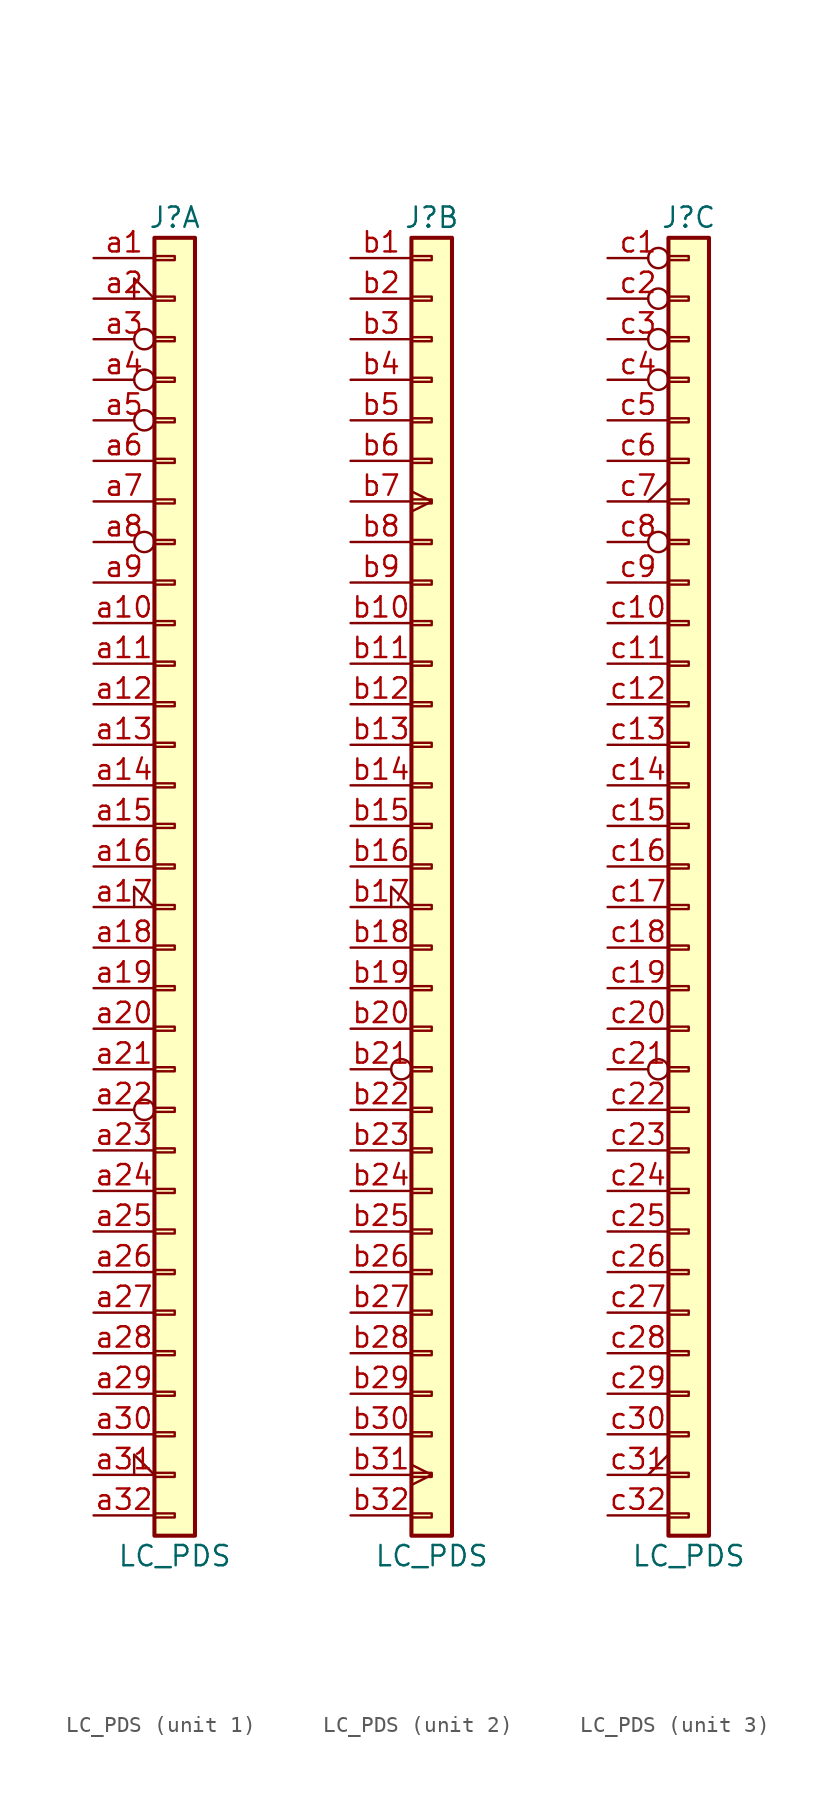
<source format=kicad_sym>
(kicad_symbol_lib
  (version 20231120)
  (generator "kicad_symbol_editor")
  (generator_version "8.0")
  (symbol "LC_PDS"
    (pin_names
      (offset 1.016) hide)
    (property "Reference" "J"
      (at 0 40.64 0)
      (effects (font (size 1.27 1.27))))
    (property "Value" "LC_PDS"
      (at 0 -43.18 0)
      (effects (font (size 1.27 1.27))))
    (property "ki_locked" ""
      (at 0 0 0)
      (effects (font (size 1.27 1.27))))
    (symbol "LC_PDS_1_1"
      (rectangle (start -1.27 -40.513) (end 0 -40.767) (stroke (width 0.152) (type default)) (fill (type none)))
      (rectangle (start -1.27 -37.973) (end 0 -38.227) (stroke (width 0.152) (type default)) (fill (type none)))
      (rectangle (start -1.27 -35.433) (end 0 -35.687) (stroke (width 0.152) (type default)) (fill (type none)))
      (rectangle (start -1.27 -32.893) (end 0 -33.147) (stroke (width 0.152) (type default)) (fill (type none)))
      (rectangle (start -1.27 -30.353) (end 0 -30.607) (stroke (width 0.152) (type default)) (fill (type none)))
      (rectangle (start -1.27 -27.813) (end 0 -28.067) (stroke (width 0.152) (type default)) (fill (type none)))
      (rectangle (start -1.27 -25.273) (end 0 -25.527) (stroke (width 0.152) (type default)) (fill (type none)))
      (rectangle (start -1.27 -22.733) (end 0 -22.987) (stroke (width 0.152) (type default)) (fill (type none)))
      (rectangle (start -1.27 -20.193) (end 0 -20.447) (stroke (width 0.152) (type default)) (fill (type none)))
      (rectangle (start -1.27 -17.653) (end 0 -17.907) (stroke (width 0.152) (type default)) (fill (type none)))
      (rectangle (start -1.27 -15.113) (end 0 -15.367) (stroke (width 0.152) (type default)) (fill (type none)))
      (rectangle (start -1.27 -12.573) (end 0 -12.827) (stroke (width 0.152) (type default)) (fill (type none)))
      (rectangle (start -1.27 -10.033) (end 0 -10.287) (stroke (width 0.152) (type default)) (fill (type none)))
      (rectangle (start -1.27 -7.493) (end 0 -7.747) (stroke (width 0.152) (type default)) (fill (type none)))
      (rectangle (start -1.27 -4.953) (end 0 -5.207) (stroke (width 0.152) (type default)) (fill (type none)))
      (rectangle (start -1.27 -2.413) (end 0 -2.667) (stroke (width 0.152) (type default)) (fill (type none)))
      (rectangle (start -1.27 0.127) (end 0 -0.127) (stroke (width 0.152) (type default)) (fill (type none)))
      (rectangle (start -1.27 2.667) (end 0 2.413) (stroke (width 0.152) (type default)) (fill (type none)))
      (rectangle (start -1.27 5.207) (end 0 4.953) (stroke (width 0.152) (type default)) (fill (type none)))
      (rectangle (start -1.27 7.747) (end 0 7.493) (stroke (width 0.152) (type default)) (fill (type none)))
      (rectangle (start -1.27 10.287) (end 0 10.033) (stroke (width 0.152) (type default)) (fill (type none)))
      (rectangle (start -1.27 12.827) (end 0 12.573) (stroke (width 0.152) (type default)) (fill (type none)))
      (rectangle (start -1.27 15.367) (end 0 15.113) (stroke (width 0.152) (type default)) (fill (type none)))
      (rectangle (start -1.27 17.907) (end 0 17.653) (stroke (width 0.152) (type default)) (fill (type none)))
      (rectangle (start -1.27 20.447) (end 0 20.193) (stroke (width 0.152) (type default)) (fill (type none)))
      (rectangle (start -1.27 22.987) (end 0 22.733) (stroke (width 0.152) (type default)) (fill (type none)))
      (rectangle (start -1.27 25.527) (end 0 25.273) (stroke (width 0.152) (type default)) (fill (type none)))
      (rectangle (start -1.27 28.067) (end 0 27.813) (stroke (width 0.152) (type default)) (fill (type none)))
      (rectangle (start -1.27 30.607) (end 0 30.353) (stroke (width 0.152) (type default)) (fill (type none)))
      (rectangle (start -1.27 33.147) (end 0 32.893) (stroke (width 0.152) (type default)) (fill (type none)))
      (rectangle (start -1.27 35.687) (end 0 35.433) (stroke (width 0.152) (type default)) (fill (type none)))
      (rectangle (start -1.27 38.227) (end 0 37.973) (stroke (width 0.152) (type default)) (fill (type none)))
      (rectangle (start -1.27 39.37) (end 1.27 -41.91) (stroke (width 0.254) (type default)) (fill (type background)))
      (pin input line (at -5.08 38.1 0) (length 3.81) (name "SND.OUT" (effects (font (size 1.27 1.27)))) (number "a1" (effects (font (size 1.27 1.27)))))
      (pin bidirectional line (at -5.08 15.24 0) (length 3.81) (name "D28" (effects (font (size 1.27 1.27)))) (number "a10" (effects (font (size 1.27 1.27)))))
      (pin bidirectional line (at -5.08 12.7 0) (length 3.81) (name "D25" (effects (font (size 1.27 1.27)))) (number "a11" (effects (font (size 1.27 1.27)))))
      (pin bidirectional line (at -5.08 10.16 0) (length 3.81) (name "D22" (effects (font (size 1.27 1.27)))) (number "a12" (effects (font (size 1.27 1.27)))))
      (pin bidirectional line (at -5.08 7.62 0) (length 3.81) (name "D19" (effects (font (size 1.27 1.27)))) (number "a13" (effects (font (size 1.27 1.27)))))
      (pin bidirectional line (at -5.08 5.08 0) (length 3.81) (name "D16" (effects (font (size 1.27 1.27)))) (number "a14" (effects (font (size 1.27 1.27)))))
      (pin bidirectional line (at -5.08 2.54 0) (length 3.81) (name "D13" (effects (font (size 1.27 1.27)))) (number "a15" (effects (font (size 1.27 1.27)))))
      (pin bidirectional line (at -5.08 0 0) (length 3.81) (name "D10" (effects (font (size 1.27 1.27)))) (number "a16" (effects (font (size 1.27 1.27)))))
      (pin input input_low (at -5.08 -2.54 0) (length 3.81) (name "~{BGACK}" (effects (font (size 1.27 1.27)))) (number "a17" (effects (font (size 1.27 1.27)))))
      (pin bidirectional line (at -5.08 -5.08 0) (length 3.81) (name "A1" (effects (font (size 1.27 1.27)))) (number "a18" (effects (font (size 1.27 1.27)))))
      (pin bidirectional line (at -5.08 -7.62 0) (length 3.81) (name "A26" (effects (font (size 1.27 1.27)))) (number "a19" (effects (font (size 1.27 1.27)))))
      (pin input input_low (at -5.08 35.56 0) (length 3.81) (name "~{SLOTIRQ.E}" (effects (font (size 1.27 1.27)))) (number "a2" (effects (font (size 1.27 1.27)))))
      (pin bidirectional line (at -5.08 -10.16 0) (length 3.81) (name "A23" (effects (font (size 1.27 1.27)))) (number "a20" (effects (font (size 1.27 1.27)))))
      (pin bidirectional line (at -5.08 -12.7 0) (length 3.81) (name "A20" (effects (font (size 1.27 1.27)))) (number "a21" (effects (font (size 1.27 1.27)))))
      (pin bidirectional inverted (at -5.08 -15.24 0) (length 3.81) (name "~{IPL0}" (effects (font (size 1.27 1.27)))) (number "a22" (effects (font (size 1.27 1.27)))))
      (pin bidirectional line (at -5.08 -17.78 0) (length 3.81) (name "D2" (effects (font (size 1.27 1.27)))) (number "a23" (effects (font (size 1.27 1.27)))))
      (pin bidirectional line (at -5.08 -20.32 0) (length 3.81) (name "D1" (effects (font (size 1.27 1.27)))) (number "a24" (effects (font (size 1.27 1.27)))))
      (pin bidirectional line (at -5.08 -22.86 0) (length 3.81) (name "A4" (effects (font (size 1.27 1.27)))) (number "a25" (effects (font (size 1.27 1.27)))))
      (pin bidirectional line (at -5.08 -25.4 0) (length 3.81) (name "A6" (effects (font (size 1.27 1.27)))) (number "a26" (effects (font (size 1.27 1.27)))))
      (pin bidirectional line (at -5.08 -27.94 0) (length 3.81) (name "A11" (effects (font (size 1.27 1.27)))) (number "a27" (effects (font (size 1.27 1.27)))))
      (pin bidirectional line (at -5.08 -30.48 0) (length 3.81) (name "A9" (effects (font (size 1.27 1.27)))) (number "a28" (effects (font (size 1.27 1.27)))))
      (pin bidirectional line (at -5.08 -33.02 0) (length 3.81) (name "A16" (effects (font (size 1.27 1.27)))) (number "a29" (effects (font (size 1.27 1.27)))))
      (pin output inverted (at -5.08 33.02 0) (length 3.81) (name "~{PDS.AS}" (effects (font (size 1.27 1.27)))) (number "a3" (effects (font (size 1.27 1.27)))))
      (pin bidirectional line (at -5.08 -35.56 0) (length 3.81) (name "A18" (effects (font (size 1.27 1.27)))) (number "a30" (effects (font (size 1.27 1.27)))))
      (pin input input_low (at -5.08 -38.1 0) (length 3.81) (name "~{FANSPEED}" (effects (font (size 1.27 1.27)))) (number "a31" (effects (font (size 1.27 1.27)))))
      (pin power_out line (at -5.08 -40.64 0) (length 3.81) (name "+12V" (effects (font (size 1.27 1.27)))) (number "a32" (effects (font (size 1.27 1.27)))))
      (pin bidirectional inverted (at -5.08 30.48 0) (length 3.81) (name "~{PDS.DSACK1}" (effects (font (size 1.27 1.27)))) (number "a4" (effects (font (size 1.27 1.27)))))
      (pin bidirectional inverted (at -5.08 27.94 0) (length 3.81) (name "~{HALT}" (effects (font (size 1.27 1.27)))) (number "a5" (effects (font (size 1.27 1.27)))))
      (pin input line (at -5.08 25.4 0) (length 3.81) (name "FC2" (effects (font (size 1.27 1.27)))) (number "a6" (effects (font (size 1.27 1.27)))))
      (pin bidirectional line (at -5.08 22.86 0) (length 3.81) (name "FC0" (effects (font (size 1.27 1.27)))) (number "a7" (effects (font (size 1.27 1.27)))))
      (pin tri_state inverted (at -5.08 20.32 0) (length 3.81) (name "~{RMC}" (effects (font (size 1.27 1.27)))) (number "a8" (effects (font (size 1.27 1.27)))))
      (pin bidirectional line (at -5.08 17.78 0) (length 3.81) (name "D31" (effects (font (size 1.27 1.27)))) (number "a9" (effects (font (size 1.27 1.27))))))
    (symbol "LC_PDS_2_1"
      (rectangle (start -1.27 -40.513) (end 0 -40.767) (stroke (width 0.152) (type default)) (fill (type none)))
      (rectangle (start -1.27 -37.973) (end 0 -38.227) (stroke (width 0.152) (type default)) (fill (type none)))
      (rectangle (start -1.27 -35.433) (end 0 -35.687) (stroke (width 0.152) (type default)) (fill (type none)))
      (rectangle (start -1.27 -32.893) (end 0 -33.147) (stroke (width 0.152) (type default)) (fill (type none)))
      (rectangle (start -1.27 -30.353) (end 0 -30.607) (stroke (width 0.152) (type default)) (fill (type none)))
      (rectangle (start -1.27 -27.813) (end 0 -28.067) (stroke (width 0.152) (type default)) (fill (type none)))
      (rectangle (start -1.27 -25.273) (end 0 -25.527) (stroke (width 0.152) (type default)) (fill (type none)))
      (rectangle (start -1.27 -22.733) (end 0 -22.987) (stroke (width 0.152) (type default)) (fill (type none)))
      (rectangle (start -1.27 -20.193) (end 0 -20.447) (stroke (width 0.152) (type default)) (fill (type none)))
      (rectangle (start -1.27 -17.653) (end 0 -17.907) (stroke (width 0.152) (type default)) (fill (type none)))
      (rectangle (start -1.27 -15.113) (end 0 -15.367) (stroke (width 0.152) (type default)) (fill (type none)))
      (rectangle (start -1.27 -12.573) (end 0 -12.827) (stroke (width 0.152) (type default)) (fill (type none)))
      (rectangle (start -1.27 -10.033) (end 0 -10.287) (stroke (width 0.152) (type default)) (fill (type none)))
      (rectangle (start -1.27 -7.493) (end 0 -7.747) (stroke (width 0.152) (type default)) (fill (type none)))
      (rectangle (start -1.27 -4.953) (end 0 -5.207) (stroke (width 0.152) (type default)) (fill (type none)))
      (rectangle (start -1.27 -2.413) (end 0 -2.667) (stroke (width 0.152) (type default)) (fill (type none)))
      (rectangle (start -1.27 0.127) (end 0 -0.127) (stroke (width 0.152) (type default)) (fill (type none)))
      (rectangle (start -1.27 2.667) (end 0 2.413) (stroke (width 0.152) (type default)) (fill (type none)))
      (rectangle (start -1.27 5.207) (end 0 4.953) (stroke (width 0.152) (type default)) (fill (type none)))
      (rectangle (start -1.27 7.747) (end 0 7.493) (stroke (width 0.152) (type default)) (fill (type none)))
      (rectangle (start -1.27 10.287) (end 0 10.033) (stroke (width 0.152) (type default)) (fill (type none)))
      (rectangle (start -1.27 12.827) (end 0 12.573) (stroke (width 0.152) (type default)) (fill (type none)))
      (rectangle (start -1.27 15.367) (end 0 15.113) (stroke (width 0.152) (type default)) (fill (type none)))
      (rectangle (start -1.27 17.907) (end 0 17.653) (stroke (width 0.152) (type default)) (fill (type none)))
      (rectangle (start -1.27 20.447) (end 0 20.193) (stroke (width 0.152) (type default)) (fill (type none)))
      (rectangle (start -1.27 22.987) (end 0 22.733) (stroke (width 0.152) (type default)) (fill (type none)))
      (rectangle (start -1.27 25.527) (end 0 25.273) (stroke (width 0.152) (type default)) (fill (type none)))
      (rectangle (start -1.27 28.067) (end 0 27.813) (stroke (width 0.152) (type default)) (fill (type none)))
      (rectangle (start -1.27 30.607) (end 0 30.353) (stroke (width 0.152) (type default)) (fill (type none)))
      (rectangle (start -1.27 33.147) (end 0 32.893) (stroke (width 0.152) (type default)) (fill (type none)))
      (rectangle (start -1.27 35.687) (end 0 35.433) (stroke (width 0.152) (type default)) (fill (type none)))
      (rectangle (start -1.27 38.227) (end 0 37.973) (stroke (width 0.152) (type default)) (fill (type none)))
      (rectangle (start -1.27 39.37) (end 1.27 -41.91) (stroke (width 0.254) (type default)) (fill (type background)))
      (pin power_out line (at -5.08 38.1 0) (length 3.81) (name "AGND" (effects (font (size 1.27 1.27)))) (number "b1" (effects (font (size 1.27 1.27)))))
      (pin bidirectional line (at -5.08 15.24 0) (length 3.81) (name "D27" (effects (font (size 1.27 1.27)))) (number "b10" (effects (font (size 1.27 1.27)))))
      (pin bidirectional line (at -5.08 12.7 0) (length 3.81) (name "D24" (effects (font (size 1.27 1.27)))) (number "b11" (effects (font (size 1.27 1.27)))))
      (pin bidirectional line (at -5.08 10.16 0) (length 3.81) (name "D21" (effects (font (size 1.27 1.27)))) (number "b12" (effects (font (size 1.27 1.27)))))
      (pin bidirectional line (at -5.08 7.62 0) (length 3.81) (name "D18" (effects (font (size 1.27 1.27)))) (number "b13" (effects (font (size 1.27 1.27)))))
      (pin bidirectional line (at -5.08 5.08 0) (length 3.81) (name "D15" (effects (font (size 1.27 1.27)))) (number "b14" (effects (font (size 1.27 1.27)))))
      (pin bidirectional line (at -5.08 2.54 0) (length 3.81) (name "D12" (effects (font (size 1.27 1.27)))) (number "b15" (effects (font (size 1.27 1.27)))))
      (pin bidirectional line (at -5.08 0 0) (length 3.81) (name "D9" (effects (font (size 1.27 1.27)))) (number "b16" (effects (font (size 1.27 1.27)))))
      (pin input input_low (at -5.08 -2.54 0) (length 3.81) (name "~{BR}" (effects (font (size 1.27 1.27)))) (number "b17" (effects (font (size 1.27 1.27)))))
      (pin input line (at -5.08 -5.08 0) (length 3.81) (name "A31" (effects (font (size 1.27 1.27)))) (number "b18" (effects (font (size 1.27 1.27)))))
      (pin bidirectional line (at -5.08 -7.62 0) (length 3.81) (name "A25" (effects (font (size 1.27 1.27)))) (number "b19" (effects (font (size 1.27 1.27)))))
      (pin bidirectional line (at -5.08 35.56 0) (length 3.81) (name "~{R}/W" (effects (font (size 1.27 1.27)))) (number "b2" (effects (font (size 1.27 1.27)))))
      (pin bidirectional line (at -5.08 -10.16 0) (length 3.81) (name "A22" (effects (font (size 1.27 1.27)))) (number "b20" (effects (font (size 1.27 1.27)))))
      (pin bidirectional inverted (at -5.08 -12.7 0) (length 3.81) (name "~{IPL2}" (effects (font (size 1.27 1.27)))) (number "b21" (effects (font (size 1.27 1.27)))))
      (pin bidirectional line (at -5.08 -15.24 0) (length 3.81) (name "D3" (effects (font (size 1.27 1.27)))) (number "b22" (effects (font (size 1.27 1.27)))))
      (pin bidirectional line (at -5.08 -17.78 0) (length 3.81) (name "D5" (effects (font (size 1.27 1.27)))) (number "b23" (effects (font (size 1.27 1.27)))))
      (pin bidirectional line (at -5.08 -20.32 0) (length 3.81) (name "D0" (effects (font (size 1.27 1.27)))) (number "b24" (effects (font (size 1.27 1.27)))))
      (pin bidirectional line (at -5.08 -22.86 0) (length 3.81) (name "A2" (effects (font (size 1.27 1.27)))) (number "b25" (effects (font (size 1.27 1.27)))))
      (pin bidirectional line (at -5.08 -25.4 0) (length 3.81) (name "A12" (effects (font (size 1.27 1.27)))) (number "b26" (effects (font (size 1.27 1.27)))))
      (pin bidirectional line (at -5.08 -27.94 0) (length 3.81) (name "A13" (effects (font (size 1.27 1.27)))) (number "b27" (effects (font (size 1.27 1.27)))))
      (pin bidirectional line (at -5.08 -30.48 0) (length 3.81) (name "A8" (effects (font (size 1.27 1.27)))) (number "b28" (effects (font (size 1.27 1.27)))))
      (pin bidirectional line (at -5.08 -33.02 0) (length 3.81) (name "A15" (effects (font (size 1.27 1.27)))) (number "b29" (effects (font (size 1.27 1.27)))))
      (pin power_out line (at -5.08 33.02 0) (length 3.81) (name "+5V" (effects (font (size 1.27 1.27)))) (number "b3" (effects (font (size 1.27 1.27)))))
      (pin bidirectional line (at -5.08 -35.56 0) (length 3.81) (name "A17" (effects (font (size 1.27 1.27)))) (number "b30" (effects (font (size 1.27 1.27)))))
      (pin input clock (at -5.08 -38.1 0) (length 3.81) (name "AIICLOCK" (effects (font (size 1.27 1.27)))) (number "b31" (effects (font (size 1.27 1.27)))))
      (pin power_out line (at -5.08 -40.64 0) (length 3.81) (name "GND" (effects (font (size 1.27 1.27)))) (number "b32" (effects (font (size 1.27 1.27)))))
      (pin power_out line (at -5.08 30.48 0) (length 3.81) (name "+5V" (effects (font (size 1.27 1.27)))) (number "b4" (effects (font (size 1.27 1.27)))))
      (pin tri_state line (at -5.08 27.94 0) (length 3.81) (name "SIZ1" (effects (font (size 1.27 1.27)))) (number "b5" (effects (font (size 1.27 1.27)))))
      (pin power_out line (at -5.08 25.4 0) (length 3.81) (name "GND" (effects (font (size 1.27 1.27)))) (number "b6" (effects (font (size 1.27 1.27)))))
      (pin output clock (at -5.08 22.86 0) (length 3.81) (name "CLK16M" (effects (font (size 1.27 1.27)))) (number "b7" (effects (font (size 1.27 1.27)))))
      (pin power_out line (at -5.08 20.32 0) (length 3.81) (name "GND" (effects (font (size 1.27 1.27)))) (number "b8" (effects (font (size 1.27 1.27)))))
      (pin bidirectional line (at -5.08 17.78 0) (length 3.81) (name "D30" (effects (font (size 1.27 1.27)))) (number "b9" (effects (font (size 1.27 1.27))))))
    (symbol "LC_PDS_3_1"
      (rectangle (start -1.27 -40.513) (end 0 -40.767) (stroke (width 0.152) (type default)) (fill (type none)))
      (rectangle (start -1.27 -37.973) (end 0 -38.227) (stroke (width 0.152) (type default)) (fill (type none)))
      (rectangle (start -1.27 -35.433) (end 0 -35.687) (stroke (width 0.152) (type default)) (fill (type none)))
      (rectangle (start -1.27 -32.893) (end 0 -33.147) (stroke (width 0.152) (type default)) (fill (type none)))
      (rectangle (start -1.27 -30.353) (end 0 -30.607) (stroke (width 0.152) (type default)) (fill (type none)))
      (rectangle (start -1.27 -27.813) (end 0 -28.067) (stroke (width 0.152) (type default)) (fill (type none)))
      (rectangle (start -1.27 -25.273) (end 0 -25.527) (stroke (width 0.152) (type default)) (fill (type none)))
      (rectangle (start -1.27 -22.733) (end 0 -22.987) (stroke (width 0.152) (type default)) (fill (type none)))
      (rectangle (start -1.27 -20.193) (end 0 -20.447) (stroke (width 0.152) (type default)) (fill (type none)))
      (rectangle (start -1.27 -17.653) (end 0 -17.907) (stroke (width 0.152) (type default)) (fill (type none)))
      (rectangle (start -1.27 -15.113) (end 0 -15.367) (stroke (width 0.152) (type default)) (fill (type none)))
      (rectangle (start -1.27 -12.573) (end 0 -12.827) (stroke (width 0.152) (type default)) (fill (type none)))
      (rectangle (start -1.27 -10.033) (end 0 -10.287) (stroke (width 0.152) (type default)) (fill (type none)))
      (rectangle (start -1.27 -7.493) (end 0 -7.747) (stroke (width 0.152) (type default)) (fill (type none)))
      (rectangle (start -1.27 -4.953) (end 0 -5.207) (stroke (width 0.152) (type default)) (fill (type none)))
      (rectangle (start -1.27 -2.413) (end 0 -2.667) (stroke (width 0.152) (type default)) (fill (type none)))
      (rectangle (start -1.27 0.127) (end 0 -0.127) (stroke (width 0.152) (type default)) (fill (type none)))
      (rectangle (start -1.27 2.667) (end 0 2.413) (stroke (width 0.152) (type default)) (fill (type none)))
      (rectangle (start -1.27 5.207) (end 0 4.953) (stroke (width 0.152) (type default)) (fill (type none)))
      (rectangle (start -1.27 7.747) (end 0 7.493) (stroke (width 0.152) (type default)) (fill (type none)))
      (rectangle (start -1.27 10.287) (end 0 10.033) (stroke (width 0.152) (type default)) (fill (type none)))
      (rectangle (start -1.27 12.827) (end 0 12.573) (stroke (width 0.152) (type default)) (fill (type none)))
      (rectangle (start -1.27 15.367) (end 0 15.113) (stroke (width 0.152) (type default)) (fill (type none)))
      (rectangle (start -1.27 17.907) (end 0 17.653) (stroke (width 0.152) (type default)) (fill (type none)))
      (rectangle (start -1.27 20.447) (end 0 20.193) (stroke (width 0.152) (type default)) (fill (type none)))
      (rectangle (start -1.27 22.987) (end 0 22.733) (stroke (width 0.152) (type default)) (fill (type none)))
      (rectangle (start -1.27 25.527) (end 0 25.273) (stroke (width 0.152) (type default)) (fill (type none)))
      (rectangle (start -1.27 28.067) (end 0 27.813) (stroke (width 0.152) (type default)) (fill (type none)))
      (rectangle (start -1.27 30.607) (end 0 30.353) (stroke (width 0.152) (type default)) (fill (type none)))
      (rectangle (start -1.27 33.147) (end 0 32.893) (stroke (width 0.152) (type default)) (fill (type none)))
      (rectangle (start -1.27 35.687) (end 0 35.433) (stroke (width 0.152) (type default)) (fill (type none)))
      (rectangle (start -1.27 38.227) (end 0 37.973) (stroke (width 0.152) (type default)) (fill (type none)))
      (rectangle (start -1.27 39.37) (end 1.27 -41.91) (stroke (width 0.254) (type default)) (fill (type background)))
      (pin bidirectional inverted (at -5.08 38.1 0) (length 3.81) (name "~{FPU_SEL}" (effects (font (size 1.27 1.27)))) (number "c1" (effects (font (size 1.27 1.27)))))
      (pin bidirectional line (at -5.08 15.24 0) (length 3.81) (name "D26" (effects (font (size 1.27 1.27)))) (number "c10" (effects (font (size 1.27 1.27)))))
      (pin bidirectional line (at -5.08 12.7 0) (length 3.81) (name "D23" (effects (font (size 1.27 1.27)))) (number "c11" (effects (font (size 1.27 1.27)))))
      (pin bidirectional line (at -5.08 10.16 0) (length 3.81) (name "D20" (effects (font (size 1.27 1.27)))) (number "c12" (effects (font (size 1.27 1.27)))))
      (pin bidirectional line (at -5.08 7.62 0) (length 3.81) (name "D17" (effects (font (size 1.27 1.27)))) (number "c13" (effects (font (size 1.27 1.27)))))
      (pin bidirectional line (at -5.08 5.08 0) (length 3.81) (name "D14" (effects (font (size 1.27 1.27)))) (number "c14" (effects (font (size 1.27 1.27)))))
      (pin bidirectional line (at -5.08 2.54 0) (length 3.81) (name "D11" (effects (font (size 1.27 1.27)))) (number "c15" (effects (font (size 1.27 1.27)))))
      (pin bidirectional line (at -5.08 0 0) (length 3.81) (name "D8" (effects (font (size 1.27 1.27)))) (number "c16" (effects (font (size 1.27 1.27)))))
      (pin bidirectional line (at -5.08 -2.54 0) (length 3.81) (name "A0" (effects (font (size 1.27 1.27)))) (number "c17" (effects (font (size 1.27 1.27)))))
      (pin bidirectional line (at -5.08 -5.08 0) (length 3.81) (name "A27" (effects (font (size 1.27 1.27)))) (number "c18" (effects (font (size 1.27 1.27)))))
      (pin bidirectional line (at -5.08 -7.62 0) (length 3.81) (name "A24" (effects (font (size 1.27 1.27)))) (number "c19" (effects (font (size 1.27 1.27)))))
      (pin bidirectional inverted (at -5.08 35.56 0) (length 3.81) (name "~{DS}" (effects (font (size 1.27 1.27)))) (number "c2" (effects (font (size 1.27 1.27)))))
      (pin bidirectional line (at -5.08 -10.16 0) (length 3.81) (name "A21" (effects (font (size 1.27 1.27)))) (number "c20" (effects (font (size 1.27 1.27)))))
      (pin bidirectional inverted (at -5.08 -12.7 0) (length 3.81) (name "~{IPL1}" (effects (font (size 1.27 1.27)))) (number "c21" (effects (font (size 1.27 1.27)))))
      (pin bidirectional line (at -5.08 -15.24 0) (length 3.81) (name "D4" (effects (font (size 1.27 1.27)))) (number "c22" (effects (font (size 1.27 1.27)))))
      (pin bidirectional line (at -5.08 -17.78 0) (length 3.81) (name "D6" (effects (font (size 1.27 1.27)))) (number "c23" (effects (font (size 1.27 1.27)))))
      (pin bidirectional line (at -5.08 -20.32 0) (length 3.81) (name "D7" (effects (font (size 1.27 1.27)))) (number "c24" (effects (font (size 1.27 1.27)))))
      (pin bidirectional line (at -5.08 -22.86 0) (length 3.81) (name "A3" (effects (font (size 1.27 1.27)))) (number "c25" (effects (font (size 1.27 1.27)))))
      (pin bidirectional line (at -5.08 -25.4 0) (length 3.81) (name "A5" (effects (font (size 1.27 1.27)))) (number "c26" (effects (font (size 1.27 1.27)))))
      (pin bidirectional line (at -5.08 -27.94 0) (length 3.81) (name "A7" (effects (font (size 1.27 1.27)))) (number "c27" (effects (font (size 1.27 1.27)))))
      (pin bidirectional line (at -5.08 -30.48 0) (length 3.81) (name "A10" (effects (font (size 1.27 1.27)))) (number "c28" (effects (font (size 1.27 1.27)))))
      (pin bidirectional line (at -5.08 -33.02 0) (length 3.81) (name "A14" (effects (font (size 1.27 1.27)))) (number "c29" (effects (font (size 1.27 1.27)))))
      (pin bidirectional inverted (at -5.08 33.02 0) (length 3.81) (name "~{BERR}" (effects (font (size 1.27 1.27)))) (number "c3" (effects (font (size 1.27 1.27)))))
      (pin bidirectional line (at -5.08 -35.56 0) (length 3.81) (name "A19" (effects (font (size 1.27 1.27)))) (number "c30" (effects (font (size 1.27 1.27)))))
      (pin output output_low (at -5.08 -38.1 0) (length 3.81) (name "~{FC3}" (effects (font (size 1.27 1.27)))) (number "c31" (effects (font (size 1.27 1.27)))))
      (pin power_out line (at -5.08 -40.64 0) (length 3.81) (name "-5V" (effects (font (size 1.27 1.27)))) (number "c32" (effects (font (size 1.27 1.27)))))
      (pin bidirectional inverted (at -5.08 30.48 0) (length 3.81) (name "~{PDS.DSACK0}" (effects (font (size 1.27 1.27)))) (number "c4" (effects (font (size 1.27 1.27)))))
      (pin tri_state line (at -5.08 27.94 0) (length 3.81) (name "SIZ0" (effects (font (size 1.27 1.27)))) (number "c5" (effects (font (size 1.27 1.27)))))
      (pin bidirectional line (at -5.08 25.4 0) (length 3.81) (name "FC1" (effects (font (size 1.27 1.27)))) (number "c6" (effects (font (size 1.27 1.27)))))
      (pin output output_low (at -5.08 22.86 0) (length 3.81) (name "~{RESET}" (effects (font (size 1.27 1.27)))) (number "c7" (effects (font (size 1.27 1.27)))))
      (pin output inverted (at -5.08 20.32 0) (length 3.81) (name "~{PDS.BG}" (effects (font (size 1.27 1.27)))) (number "c8" (effects (font (size 1.27 1.27)))))
      (pin bidirectional line (at -5.08 17.78 0) (length 3.81) (name "D29" (effects (font (size 1.27 1.27)))) (number "c9" (effects (font (size 1.27 1.27))))))))
</source>
